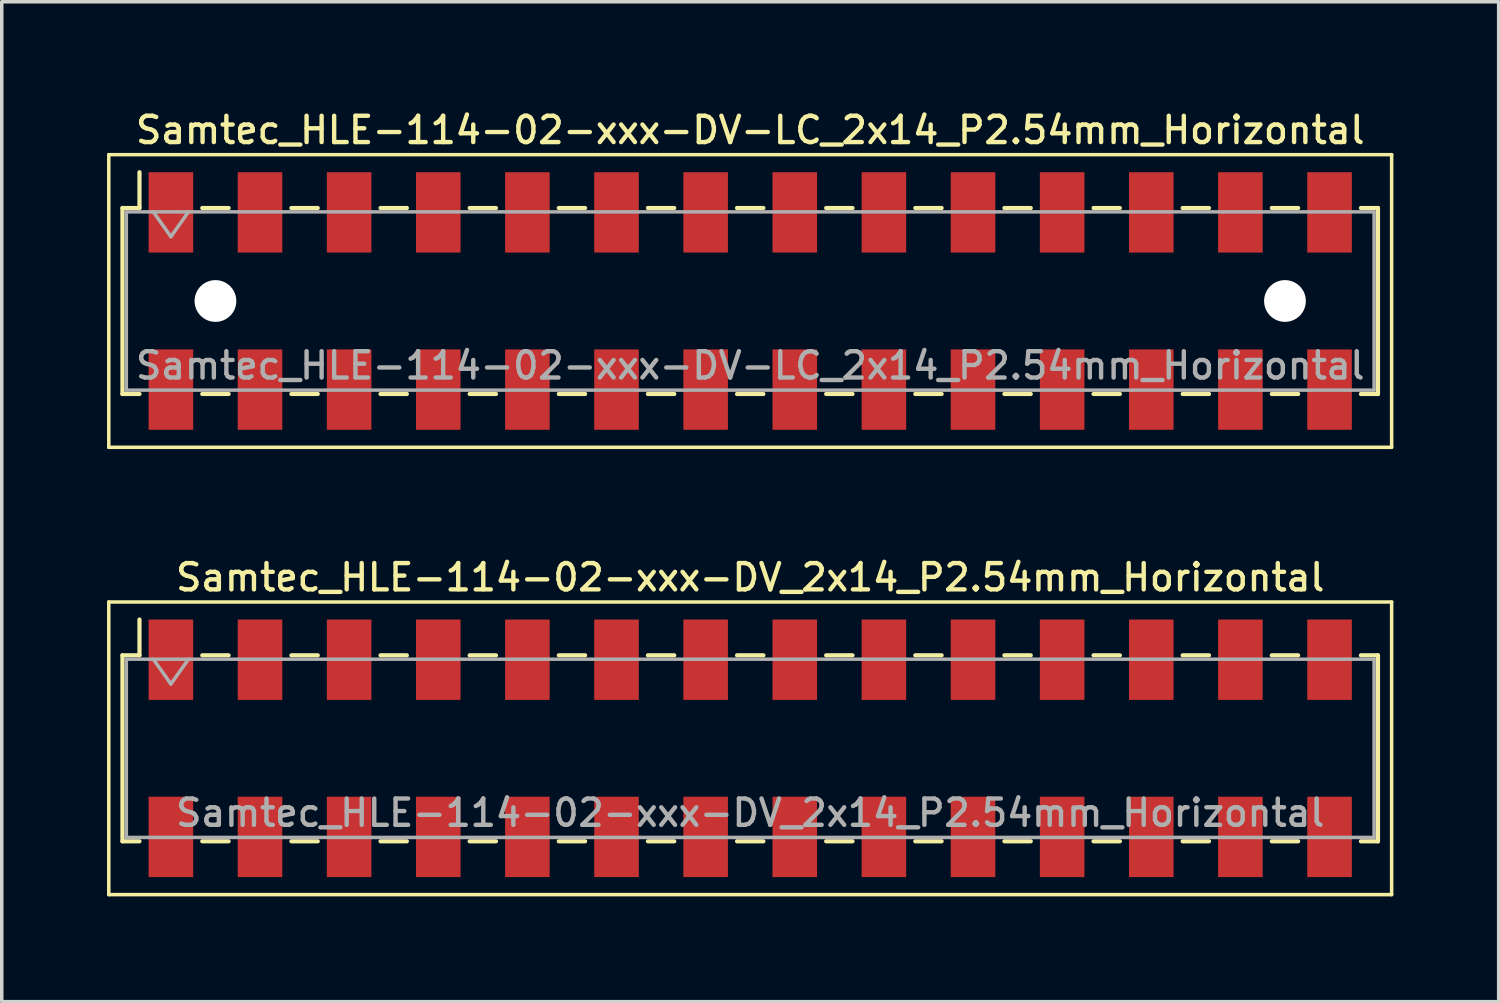
<source format=kicad_pcb>
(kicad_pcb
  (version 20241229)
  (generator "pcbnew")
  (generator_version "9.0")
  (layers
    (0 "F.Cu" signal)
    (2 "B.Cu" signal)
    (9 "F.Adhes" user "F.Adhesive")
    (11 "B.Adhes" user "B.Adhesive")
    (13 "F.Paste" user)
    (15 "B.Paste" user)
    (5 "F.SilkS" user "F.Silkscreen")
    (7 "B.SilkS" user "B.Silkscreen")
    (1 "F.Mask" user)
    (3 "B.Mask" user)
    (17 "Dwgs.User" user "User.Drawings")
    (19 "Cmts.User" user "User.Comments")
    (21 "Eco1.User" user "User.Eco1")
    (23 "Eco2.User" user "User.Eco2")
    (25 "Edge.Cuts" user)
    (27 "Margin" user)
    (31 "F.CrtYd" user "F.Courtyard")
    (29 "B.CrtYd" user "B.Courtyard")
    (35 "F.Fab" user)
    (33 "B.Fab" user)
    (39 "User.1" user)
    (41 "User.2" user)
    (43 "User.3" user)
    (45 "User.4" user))
  (footprint "Samtec_HLE-114-02-xxx-DV_2x14_P2.54mm_Horizontal"
    (layer "F.Cu")
    (at 18.33 18.276)
    (property "Reference" "Samtec_HLE-114-02-xxx-DV_2x14_P2.54mm_Horizontal" (at 0 -4.87 0) (layer "F.SilkS") (effects (font (size 0.75 0.75) (thickness 0.125))))
    (attr smd)
    (fp_line (start -18.28 -4.17) (end 18.28 -4.17) (stroke (width 0.1) (type solid)) (layer "F.SilkS"))
    (fp_line (start -18.28 4.17) (end -18.28 -4.17) (stroke (width 0.1) (type solid)) (layer "F.SilkS"))
    (fp_line (start -17.89 -2.65) (end -17.89 2.65) (stroke (width 0.12) (type solid)) (layer "F.SilkS"))
    (fp_line (start -17.89 2.65) (end -17.405 2.65) (stroke (width 0.12) (type solid)) (layer "F.SilkS"))
    (fp_line (start -17.405 -3.67) (end -17.405 -2.65) (stroke (width 0.12) (type solid)) (layer "F.SilkS"))
    (fp_line (start -17.405 -2.65) (end -17.89 -2.65) (stroke (width 0.12) (type solid)) (layer "F.SilkS"))
    (fp_line (start -15.615 -2.65) (end -14.865 -2.65) (stroke (width 0.12) (type solid)) (layer "F.SilkS"))
    (fp_line (start -15.615 2.65) (end -14.865 2.65) (stroke (width 0.12) (type solid)) (layer "F.SilkS"))
    (fp_line (start -13.075 -2.65) (end -12.325 -2.65) (stroke (width 0.12) (type solid)) (layer "F.SilkS"))
    (fp_line (start -13.075 2.65) (end -12.325 2.65) (stroke (width 0.12) (type solid)) (layer "F.SilkS"))
    (fp_line (start -10.535 -2.65) (end -9.785 -2.65) (stroke (width 0.12) (type solid)) (layer "F.SilkS"))
    (fp_line (start -10.535 2.65) (end -9.785 2.65) (stroke (width 0.12) (type solid)) (layer "F.SilkS"))
    (fp_line (start -7.995 -2.65) (end -7.245 -2.65) (stroke (width 0.12) (type solid)) (layer "F.SilkS"))
    (fp_line (start -7.995 2.65) (end -7.245 2.65) (stroke (width 0.12) (type solid)) (layer "F.SilkS"))
    (fp_line (start -5.455 -2.65) (end -4.705 -2.65) (stroke (width 0.12) (type solid)) (layer "F.SilkS"))
    (fp_line (start -5.455 2.65) (end -4.705 2.65) (stroke (width 0.12) (type solid)) (layer "F.SilkS"))
    (fp_line (start -2.915 -2.65) (end -2.165 -2.65) (stroke (width 0.12) (type solid)) (layer "F.SilkS"))
    (fp_line (start -2.915 2.65) (end -2.165 2.65) (stroke (width 0.12) (type solid)) (layer "F.SilkS"))
    (fp_line (start -0.375 -2.65) (end 0.375 -2.65) (stroke (width 0.12) (type solid)) (layer "F.SilkS"))
    (fp_line (start -0.375 2.65) (end 0.375 2.65) (stroke (width 0.12) (type solid)) (layer "F.SilkS"))
    (fp_line (start 2.165 -2.65) (end 2.915 -2.65) (stroke (width 0.12) (type solid)) (layer "F.SilkS"))
    (fp_line (start 2.165 2.65) (end 2.915 2.65) (stroke (width 0.12) (type solid)) (layer "F.SilkS"))
    (fp_line (start 4.705 -2.65) (end 5.455 -2.65) (stroke (width 0.12) (type solid)) (layer "F.SilkS"))
    (fp_line (start 4.705 2.65) (end 5.455 2.65) (stroke (width 0.12) (type solid)) (layer "F.SilkS"))
    (fp_line (start 7.245 -2.65) (end 7.995 -2.65) (stroke (width 0.12) (type solid)) (layer "F.SilkS"))
    (fp_line (start 7.245 2.65) (end 7.995 2.65) (stroke (width 0.12) (type solid)) (layer "F.SilkS"))
    (fp_line (start 9.785 -2.65) (end 10.535 -2.65) (stroke (width 0.12) (type solid)) (layer "F.SilkS"))
    (fp_line (start 9.785 2.65) (end 10.535 2.65) (stroke (width 0.12) (type solid)) (layer "F.SilkS"))
    (fp_line (start 12.325 -2.65) (end 13.075 -2.65) (stroke (width 0.12) (type solid)) (layer "F.SilkS"))
    (fp_line (start 12.325 2.65) (end 13.075 2.65) (stroke (width 0.12) (type solid)) (layer "F.SilkS"))
    (fp_line (start 14.865 -2.65) (end 15.615 -2.65) (stroke (width 0.12) (type solid)) (layer "F.SilkS"))
    (fp_line (start 14.865 2.65) (end 15.615 2.65) (stroke (width 0.12) (type solid)) (layer "F.SilkS"))
    (fp_line (start 17.405 -2.65) (end 17.89 -2.65) (stroke (width 0.12) (type solid)) (layer "F.SilkS"))
    (fp_line (start 17.89 -2.65) (end 17.89 2.65) (stroke (width 0.12) (type solid)) (layer "F.SilkS"))
    (fp_line (start 17.89 2.65) (end 17.405 2.65) (stroke (width 0.12) (type solid)) (layer "F.SilkS"))
    (fp_line (start 18.28 -4.17) (end 18.28 4.17) (stroke (width 0.1) (type solid)) (layer "F.SilkS"))
    (fp_line (start 18.28 4.17) (end -18.28 4.17) (stroke (width 0.1) (type solid)) (layer "F.SilkS"))
    (fp_line (start -17.78 -2.54) (end 17.78 -2.54) (stroke (width 0.1) (type solid)) (layer "F.Fab"))
    (fp_line (start -17.78 2.54) (end -17.78 -2.54) (stroke (width 0.1) (type solid)) (layer "F.Fab"))
    (fp_line (start -17.01 -2.54) (end -16.51 -1.833) (stroke (width 0.1) (type solid)) (layer "F.Fab"))
    (fp_line (start -16.51 -1.833) (end -16.01 -2.54) (stroke (width 0.1) (type solid)) (layer "F.Fab"))
    (fp_line (start 17.78 -2.54) (end 17.78 2.54) (stroke (width 0.1) (type solid)) (layer "F.Fab"))
    (fp_line (start 17.78 2.54) (end -17.78 2.54) (stroke (width 0.1) (type solid)) (layer "F.Fab"))
    (fp_text user "${REFERENCE}" (at 0 1.84 0) (layer "F.Fab") (effects (font (size 0.75 0.75) (thickness 0.125))))
    (pad "1" smd rect (at -16.51 -2.525) (size 1.27 2.29) (layers "F.Cu" "F.Mask" "F.Paste"))
    (pad "2" smd rect (at -16.51 2.525) (size 1.27 2.29) (layers "F.Cu" "F.Mask" "F.Paste"))
    (pad "3" smd rect (at -13.97 -2.525) (size 1.27 2.29) (layers "F.Cu" "F.Mask" "F.Paste"))
    (pad "4" smd rect (at -13.97 2.525) (size 1.27 2.29) (layers "F.Cu" "F.Mask" "F.Paste"))
    (pad "5" smd rect (at -11.43 -2.525) (size 1.27 2.29) (layers "F.Cu" "F.Mask" "F.Paste"))
    (pad "6" smd rect (at -11.43 2.525) (size 1.27 2.29) (layers "F.Cu" "F.Mask" "F.Paste"))
    (pad "7" smd rect (at -8.89 -2.525) (size 1.27 2.29) (layers "F.Cu" "F.Mask" "F.Paste"))
    (pad "8" smd rect (at -8.89 2.525) (size 1.27 2.29) (layers "F.Cu" "F.Mask" "F.Paste"))
    (pad "9" smd rect (at -6.35 -2.525) (size 1.27 2.29) (layers "F.Cu" "F.Mask" "F.Paste"))
    (pad "10" smd rect (at -6.35 2.525) (size 1.27 2.29) (layers "F.Cu" "F.Mask" "F.Paste"))
    (pad "11" smd rect (at -3.81 -2.525) (size 1.27 2.29) (layers "F.Cu" "F.Mask" "F.Paste"))
    (pad "12" smd rect (at -3.81 2.525) (size 1.27 2.29) (layers "F.Cu" "F.Mask" "F.Paste"))
    (pad "13" smd rect (at -1.27 -2.525) (size 1.27 2.29) (layers "F.Cu" "F.Mask" "F.Paste"))
    (pad "14" smd rect (at -1.27 2.525) (size 1.27 2.29) (layers "F.Cu" "F.Mask" "F.Paste"))
    (pad "15" smd rect (at 1.27 -2.525) (size 1.27 2.29) (layers "F.Cu" "F.Mask" "F.Paste"))
    (pad "16" smd rect (at 1.27 2.525) (size 1.27 2.29) (layers "F.Cu" "F.Mask" "F.Paste"))
    (pad "17" smd rect (at 3.81 -2.525) (size 1.27 2.29) (layers "F.Cu" "F.Mask" "F.Paste"))
    (pad "18" smd rect (at 3.81 2.525) (size 1.27 2.29) (layers "F.Cu" "F.Mask" "F.Paste"))
    (pad "19" smd rect (at 6.35 -2.525) (size 1.27 2.29) (layers "F.Cu" "F.Mask" "F.Paste"))
    (pad "20" smd rect (at 6.35 2.525) (size 1.27 2.29) (layers "F.Cu" "F.Mask" "F.Paste"))
    (pad "21" smd rect (at 8.89 -2.525) (size 1.27 2.29) (layers "F.Cu" "F.Mask" "F.Paste"))
    (pad "22" smd rect (at 8.89 2.525) (size 1.27 2.29) (layers "F.Cu" "F.Mask" "F.Paste"))
    (pad "23" smd rect (at 11.43 -2.525) (size 1.27 2.29) (layers "F.Cu" "F.Mask" "F.Paste"))
    (pad "24" smd rect (at 11.43 2.525) (size 1.27 2.29) (layers "F.Cu" "F.Mask" "F.Paste"))
    (pad "25" smd rect (at 13.97 -2.525) (size 1.27 2.29) (layers "F.Cu" "F.Mask" "F.Paste"))
    (pad "26" smd rect (at 13.97 2.525) (size 1.27 2.29) (layers "F.Cu" "F.Mask" "F.Paste"))
    (pad "27" smd rect (at 16.51 -2.525) (size 1.27 2.29) (layers "F.Cu" "F.Mask" "F.Paste"))
    (pad "28" smd rect (at 16.51 2.525) (size 1.27 2.29) (layers "F.Cu" "F.Mask" "F.Paste")))
  (footprint "Samtec_HLE-114-02-xxx-DV-LC_2x14_P2.54mm_Horizontal"
    (layer "F.Cu")
    (at 18.33 5.528)
    (property "Reference" "Samtec_HLE-114-02-xxx-DV-LC_2x14_P2.54mm_Horizontal" (at 0 -4.87 0) (layer "F.SilkS") (effects (font (size 0.75 0.75) (thickness 0.125))))
    (attr smd)
    (fp_line (start -18.28 -4.17) (end 18.28 -4.17) (stroke (width 0.1) (type solid)) (layer "F.SilkS"))
    (fp_line (start -18.28 4.17) (end -18.28 -4.17) (stroke (width 0.1) (type solid)) (layer "F.SilkS"))
    (fp_line (start -17.89 -2.65) (end -17.89 2.65) (stroke (width 0.12) (type solid)) (layer "F.SilkS"))
    (fp_line (start -17.89 2.65) (end -17.405 2.65) (stroke (width 0.12) (type solid)) (layer "F.SilkS"))
    (fp_line (start -17.405 -3.67) (end -17.405 -2.65) (stroke (width 0.12) (type solid)) (layer "F.SilkS"))
    (fp_line (start -17.405 -2.65) (end -17.89 -2.65) (stroke (width 0.12) (type solid)) (layer "F.SilkS"))
    (fp_line (start -15.615 -2.65) (end -14.865 -2.65) (stroke (width 0.12) (type solid)) (layer "F.SilkS"))
    (fp_line (start -15.615 2.65) (end -14.865 2.65) (stroke (width 0.12) (type solid)) (layer "F.SilkS"))
    (fp_line (start -13.075 -2.65) (end -12.325 -2.65) (stroke (width 0.12) (type solid)) (layer "F.SilkS"))
    (fp_line (start -13.075 2.65) (end -12.325 2.65) (stroke (width 0.12) (type solid)) (layer "F.SilkS"))
    (fp_line (start -10.535 -2.65) (end -9.785 -2.65) (stroke (width 0.12) (type solid)) (layer "F.SilkS"))
    (fp_line (start -10.535 2.65) (end -9.785 2.65) (stroke (width 0.12) (type solid)) (layer "F.SilkS"))
    (fp_line (start -7.995 -2.65) (end -7.245 -2.65) (stroke (width 0.12) (type solid)) (layer "F.SilkS"))
    (fp_line (start -7.995 2.65) (end -7.245 2.65) (stroke (width 0.12) (type solid)) (layer "F.SilkS"))
    (fp_line (start -5.455 -2.65) (end -4.705 -2.65) (stroke (width 0.12) (type solid)) (layer "F.SilkS"))
    (fp_line (start -5.455 2.65) (end -4.705 2.65) (stroke (width 0.12) (type solid)) (layer "F.SilkS"))
    (fp_line (start -2.915 -2.65) (end -2.165 -2.65) (stroke (width 0.12) (type solid)) (layer "F.SilkS"))
    (fp_line (start -2.915 2.65) (end -2.165 2.65) (stroke (width 0.12) (type solid)) (layer "F.SilkS"))
    (fp_line (start -0.375 -2.65) (end 0.375 -2.65) (stroke (width 0.12) (type solid)) (layer "F.SilkS"))
    (fp_line (start -0.375 2.65) (end 0.375 2.65) (stroke (width 0.12) (type solid)) (layer "F.SilkS"))
    (fp_line (start 2.165 -2.65) (end 2.915 -2.65) (stroke (width 0.12) (type solid)) (layer "F.SilkS"))
    (fp_line (start 2.165 2.65) (end 2.915 2.65) (stroke (width 0.12) (type solid)) (layer "F.SilkS"))
    (fp_line (start 4.705 -2.65) (end 5.455 -2.65) (stroke (width 0.12) (type solid)) (layer "F.SilkS"))
    (fp_line (start 4.705 2.65) (end 5.455 2.65) (stroke (width 0.12) (type solid)) (layer "F.SilkS"))
    (fp_line (start 7.245 -2.65) (end 7.995 -2.65) (stroke (width 0.12) (type solid)) (layer "F.SilkS"))
    (fp_line (start 7.245 2.65) (end 7.995 2.65) (stroke (width 0.12) (type solid)) (layer "F.SilkS"))
    (fp_line (start 9.785 -2.65) (end 10.535 -2.65) (stroke (width 0.12) (type solid)) (layer "F.SilkS"))
    (fp_line (start 9.785 2.65) (end 10.535 2.65) (stroke (width 0.12) (type solid)) (layer "F.SilkS"))
    (fp_line (start 12.325 -2.65) (end 13.075 -2.65) (stroke (width 0.12) (type solid)) (layer "F.SilkS"))
    (fp_line (start 12.325 2.65) (end 13.075 2.65) (stroke (width 0.12) (type solid)) (layer "F.SilkS"))
    (fp_line (start 14.865 -2.65) (end 15.615 -2.65) (stroke (width 0.12) (type solid)) (layer "F.SilkS"))
    (fp_line (start 14.865 2.65) (end 15.615 2.65) (stroke (width 0.12) (type solid)) (layer "F.SilkS"))
    (fp_line (start 17.405 -2.65) (end 17.89 -2.65) (stroke (width 0.12) (type solid)) (layer "F.SilkS"))
    (fp_line (start 17.89 -2.65) (end 17.89 2.65) (stroke (width 0.12) (type solid)) (layer "F.SilkS"))
    (fp_line (start 17.89 2.65) (end 17.405 2.65) (stroke (width 0.12) (type solid)) (layer "F.SilkS"))
    (fp_line (start 18.28 -4.17) (end 18.28 4.17) (stroke (width 0.1) (type solid)) (layer "F.SilkS"))
    (fp_line (start 18.28 4.17) (end -18.28 4.17) (stroke (width 0.1) (type solid)) (layer "F.SilkS"))
    (fp_line (start -17.78 -2.54) (end 17.78 -2.54) (stroke (width 0.1) (type solid)) (layer "F.Fab"))
    (fp_line (start -17.78 2.54) (end -17.78 -2.54) (stroke (width 0.1) (type solid)) (layer "F.Fab"))
    (fp_line (start -17.01 -2.54) (end -16.51 -1.833) (stroke (width 0.1) (type solid)) (layer "F.Fab"))
    (fp_line (start -16.51 -1.833) (end -16.01 -2.54) (stroke (width 0.1) (type solid)) (layer "F.Fab"))
    (fp_line (start 17.78 -2.54) (end 17.78 2.54) (stroke (width 0.1) (type solid)) (layer "F.Fab"))
    (fp_line (start 17.78 2.54) (end -17.78 2.54) (stroke (width 0.1) (type solid)) (layer "F.Fab"))
    (fp_text user "${REFERENCE}" (at 0 1.84 0) (layer "F.Fab") (effects (font (size 0.75 0.75) (thickness 0.125))))
    (pad "" np_thru_hole circle (at -15.24 0) (size 1.19 1.19) (drill 1.19) (layers "*.Cu" "*.Mask"))
    (pad "" np_thru_hole circle (at 15.24 0) (size 1.19 1.19) (drill 1.19) (layers "*.Cu" "*.Mask"))
    (pad "1" smd rect (at -16.51 -2.525) (size 1.27 2.29) (layers "F.Cu" "F.Mask" "F.Paste"))
    (pad "2" smd rect (at -16.51 2.525) (size 1.27 2.29) (layers "F.Cu" "F.Mask" "F.Paste"))
    (pad "3" smd rect (at -13.97 -2.525) (size 1.27 2.29) (layers "F.Cu" "F.Mask" "F.Paste"))
    (pad "4" smd rect (at -13.97 2.525) (size 1.27 2.29) (layers "F.Cu" "F.Mask" "F.Paste"))
    (pad "5" smd rect (at -11.43 -2.525) (size 1.27 2.29) (layers "F.Cu" "F.Mask" "F.Paste"))
    (pad "6" smd rect (at -11.43 2.525) (size 1.27 2.29) (layers "F.Cu" "F.Mask" "F.Paste"))
    (pad "7" smd rect (at -8.89 -2.525) (size 1.27 2.29) (layers "F.Cu" "F.Mask" "F.Paste"))
    (pad "8" smd rect (at -8.89 2.525) (size 1.27 2.29) (layers "F.Cu" "F.Mask" "F.Paste"))
    (pad "9" smd rect (at -6.35 -2.525) (size 1.27 2.29) (layers "F.Cu" "F.Mask" "F.Paste"))
    (pad "10" smd rect (at -6.35 2.525) (size 1.27 2.29) (layers "F.Cu" "F.Mask" "F.Paste"))
    (pad "11" smd rect (at -3.81 -2.525) (size 1.27 2.29) (layers "F.Cu" "F.Mask" "F.Paste"))
    (pad "12" smd rect (at -3.81 2.525) (size 1.27 2.29) (layers "F.Cu" "F.Mask" "F.Paste"))
    (pad "13" smd rect (at -1.27 -2.525) (size 1.27 2.29) (layers "F.Cu" "F.Mask" "F.Paste"))
    (pad "14" smd rect (at -1.27 2.525) (size 1.27 2.29) (layers "F.Cu" "F.Mask" "F.Paste"))
    (pad "15" smd rect (at 1.27 -2.525) (size 1.27 2.29) (layers "F.Cu" "F.Mask" "F.Paste"))
    (pad "16" smd rect (at 1.27 2.525) (size 1.27 2.29) (layers "F.Cu" "F.Mask" "F.Paste"))
    (pad "17" smd rect (at 3.81 -2.525) (size 1.27 2.29) (layers "F.Cu" "F.Mask" "F.Paste"))
    (pad "18" smd rect (at 3.81 2.525) (size 1.27 2.29) (layers "F.Cu" "F.Mask" "F.Paste"))
    (pad "19" smd rect (at 6.35 -2.525) (size 1.27 2.29) (layers "F.Cu" "F.Mask" "F.Paste"))
    (pad "20" smd rect (at 6.35 2.525) (size 1.27 2.29) (layers "F.Cu" "F.Mask" "F.Paste"))
    (pad "21" smd rect (at 8.89 -2.525) (size 1.27 2.29) (layers "F.Cu" "F.Mask" "F.Paste"))
    (pad "22" smd rect (at 8.89 2.525) (size 1.27 2.29) (layers "F.Cu" "F.Mask" "F.Paste"))
    (pad "23" smd rect (at 11.43 -2.525) (size 1.27 2.29) (layers "F.Cu" "F.Mask" "F.Paste"))
    (pad "24" smd rect (at 11.43 2.525) (size 1.27 2.29) (layers "F.Cu" "F.Mask" "F.Paste"))
    (pad "25" smd rect (at 13.97 -2.525) (size 1.27 2.29) (layers "F.Cu" "F.Mask" "F.Paste"))
    (pad "26" smd rect (at 13.97 2.525) (size 1.27 2.29) (layers "F.Cu" "F.Mask" "F.Paste"))
    (pad "27" smd rect (at 16.51 -2.525) (size 1.27 2.29) (layers "F.Cu" "F.Mask" "F.Paste"))
    (pad "28" smd rect (at 16.51 2.525) (size 1.27 2.29) (layers "F.Cu" "F.Mask" "F.Paste")))
  (gr_rect
    (start -3 -3)
    (end 39.66 25.496)
    (stroke (width 0.1) (type default))
    (fill no)
    (layer "Edge.Cuts")))
</source>
